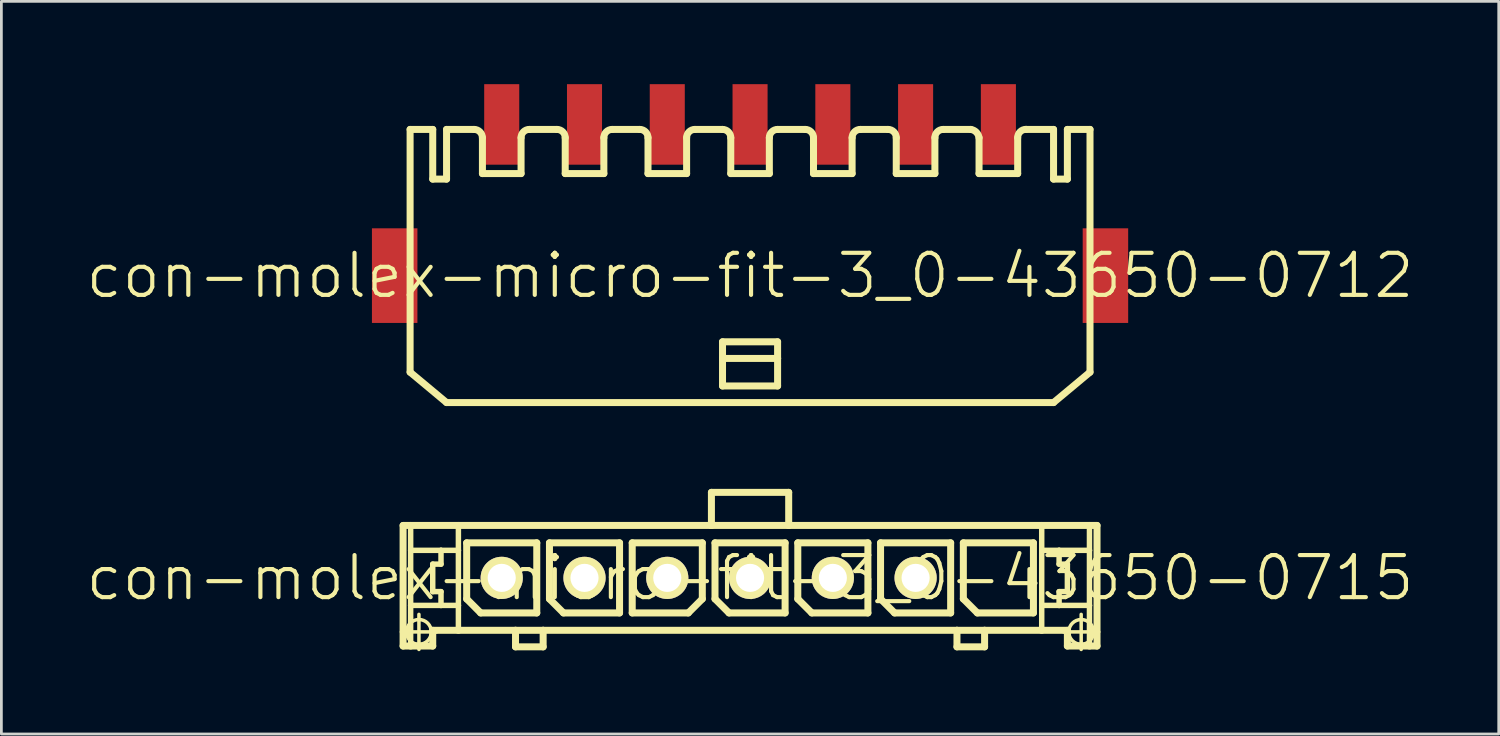
<source format=kicad_pcb>
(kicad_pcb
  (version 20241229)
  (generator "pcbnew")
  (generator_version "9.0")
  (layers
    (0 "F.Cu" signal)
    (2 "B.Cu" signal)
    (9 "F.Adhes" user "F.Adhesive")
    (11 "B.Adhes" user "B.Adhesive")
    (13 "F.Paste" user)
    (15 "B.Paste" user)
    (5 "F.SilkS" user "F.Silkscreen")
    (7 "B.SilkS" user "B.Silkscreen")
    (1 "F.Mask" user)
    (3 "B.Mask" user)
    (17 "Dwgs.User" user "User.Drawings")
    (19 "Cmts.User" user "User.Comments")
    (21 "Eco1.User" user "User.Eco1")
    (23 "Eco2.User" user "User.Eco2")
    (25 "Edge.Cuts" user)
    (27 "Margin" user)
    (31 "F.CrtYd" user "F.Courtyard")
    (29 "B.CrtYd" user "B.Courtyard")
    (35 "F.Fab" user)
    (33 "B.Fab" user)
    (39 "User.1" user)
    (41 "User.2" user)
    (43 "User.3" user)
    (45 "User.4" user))
  (footprint "con-molex-micro-fit-3_0-43650-0712"
    (layer "F.Cu")
    (at 24.13 6.938)
    (property "Reference" "con-molex-micro-fit-3_0-43650-0712" (at 0 0 0) (layer "F.SilkS") (effects (font (size 1.524 1.524) (thickness 0.15))))
    (attr smd)
    (fp_line (start -12.319 -5.298) (end -11.499 -5.298) (stroke (width 0.254) (type solid)) (layer "F.SilkS"))
    (fp_line (start -12.319 3.498) (end -12.319 -5.298) (stroke (width 0.254) (type solid)) (layer "F.SilkS"))
    (fp_line (start -12.319 3.498) (end -10.998 4.6) (stroke (width 0.254) (type solid)) (layer "F.SilkS"))
    (fp_line (start -11.499 -5.298) (end -11.499 -3.498) (stroke (width 0.254) (type solid)) (layer "F.SilkS"))
    (fp_line (start -11.499 -3.498) (end -10.998 -3.498) (stroke (width 0.254) (type solid)) (layer "F.SilkS"))
    (fp_line (start -10.998 -5.298) (end -10 -5.298) (stroke (width 0.254) (type solid)) (layer "F.SilkS"))
    (fp_line (start -10.998 -3.498) (end -10.998 -5.298) (stroke (width 0.254) (type solid)) (layer "F.SilkS"))
    (fp_line (start -9.698 -3.698) (end -9.698 -4.999) (stroke (width 0.254) (type solid)) (layer "F.SilkS"))
    (fp_line (start -9.698 -3.698) (end -8.298 -3.698) (stroke (width 0.254) (type solid)) (layer "F.SilkS"))
    (fp_line (start -8.298 -3.698) (end -8.298 -4.999) (stroke (width 0.254) (type solid)) (layer "F.SilkS"))
    (fp_line (start -7.998 -5.298) (end -6.998 -5.298) (stroke (width 0.254) (type solid)) (layer "F.SilkS"))
    (fp_line (start -6.698 -3.698) (end -6.698 -4.999) (stroke (width 0.254) (type solid)) (layer "F.SilkS"))
    (fp_line (start -6.698 -3.698) (end -5.298 -3.698) (stroke (width 0.254) (type solid)) (layer "F.SilkS"))
    (fp_line (start -5.298 -3.698) (end -5.298 -4.999) (stroke (width 0.254) (type solid)) (layer "F.SilkS"))
    (fp_line (start -4.999 -5.298) (end -3.998 -5.298) (stroke (width 0.254) (type solid)) (layer "F.SilkS"))
    (fp_line (start -3.698 -3.698) (end -3.698 -4.999) (stroke (width 0.254) (type solid)) (layer "F.SilkS"))
    (fp_line (start -3.698 -3.698) (end -2.299 -3.698) (stroke (width 0.254) (type solid)) (layer "F.SilkS"))
    (fp_line (start -2.299 -3.698) (end -2.299 -4.999) (stroke (width 0.254) (type solid)) (layer "F.SilkS"))
    (fp_line (start -1.999 -5.298) (end -0.998 -5.298) (stroke (width 0.254) (type solid)) (layer "F.SilkS"))
    (fp_line (start -0.998 2.398) (end 0.998 2.398) (stroke (width 0.254) (type solid)) (layer "F.SilkS"))
    (fp_line (start -0.998 3) (end -0.998 2.398) (stroke (width 0.254) (type solid)) (layer "F.SilkS"))
    (fp_line (start -0.998 3) (end 0.998 3) (stroke (width 0.254) (type solid)) (layer "F.SilkS"))
    (fp_line (start -0.998 3.998) (end -0.998 3) (stroke (width 0.254) (type solid)) (layer "F.SilkS"))
    (fp_line (start -0.699 -3.698) (end -0.699 -4.999) (stroke (width 0.254) (type solid)) (layer "F.SilkS"))
    (fp_line (start -0.699 -3.698) (end 0.699 -3.698) (stroke (width 0.254) (type solid)) (layer "F.SilkS"))
    (fp_line (start 0.699 -3.698) (end 0.699 -4.999) (stroke (width 0.254) (type solid)) (layer "F.SilkS"))
    (fp_line (start 0.998 -5.298) (end 1.999 -5.298) (stroke (width 0.254) (type solid)) (layer "F.SilkS"))
    (fp_line (start 0.998 2.398) (end 0.998 3) (stroke (width 0.254) (type solid)) (layer "F.SilkS"))
    (fp_line (start 0.998 3) (end 0.998 3.998) (stroke (width 0.254) (type solid)) (layer "F.SilkS"))
    (fp_line (start 0.998 3.998) (end -0.998 3.998) (stroke (width 0.254) (type solid)) (layer "F.SilkS"))
    (fp_line (start 2.299 -3.698) (end 2.299 -4.999) (stroke (width 0.254) (type solid)) (layer "F.SilkS"))
    (fp_line (start 2.299 -3.698) (end 3.698 -3.698) (stroke (width 0.254) (type solid)) (layer "F.SilkS"))
    (fp_line (start 3.698 -3.698) (end 3.698 -4.999) (stroke (width 0.254) (type solid)) (layer "F.SilkS"))
    (fp_line (start 3.998 -5.298) (end 4.999 -5.298) (stroke (width 0.254) (type solid)) (layer "F.SilkS"))
    (fp_line (start 5.298 -3.698) (end 5.298 -4.999) (stroke (width 0.254) (type solid)) (layer "F.SilkS"))
    (fp_line (start 5.298 -3.698) (end 6.698 -3.698) (stroke (width 0.254) (type solid)) (layer "F.SilkS"))
    (fp_line (start 6.698 -3.698) (end 6.698 -4.999) (stroke (width 0.254) (type solid)) (layer "F.SilkS"))
    (fp_line (start 6.998 -5.298) (end 7.998 -5.298) (stroke (width 0.254) (type solid)) (layer "F.SilkS"))
    (fp_line (start 8.298 -4.999) (end 8.298 -3.698) (stroke (width 0.254) (type solid)) (layer "F.SilkS"))
    (fp_line (start 8.298 -3.698) (end 9.698 -3.698) (stroke (width 0.254) (type solid)) (layer "F.SilkS"))
    (fp_line (start 9.698 -3.698) (end 9.698 -4.999) (stroke (width 0.254) (type solid)) (layer "F.SilkS"))
    (fp_line (start 10 -5.298) (end 10.998 -5.298) (stroke (width 0.254) (type solid)) (layer "F.SilkS"))
    (fp_line (start 10.998 -3.498) (end 10.998 -5.298) (stroke (width 0.254) (type solid)) (layer "F.SilkS"))
    (fp_line (start 10.998 4.6) (end -10.998 4.6) (stroke (width 0.254) (type solid)) (layer "F.SilkS"))
    (fp_line (start 11.499 -5.298) (end 11.499 -3.498) (stroke (width 0.254) (type solid)) (layer "F.SilkS"))
    (fp_line (start 11.499 -5.298) (end 12.319 -5.298) (stroke (width 0.254) (type solid)) (layer "F.SilkS"))
    (fp_line (start 11.499 -3.498) (end 10.998 -3.498) (stroke (width 0.254) (type solid)) (layer "F.SilkS"))
    (fp_line (start 12.319 -5.298) (end 12.319 3.498) (stroke (width 0.254) (type solid)) (layer "F.SilkS"))
    (fp_line (start 12.319 3.498) (end 10.998 4.6) (stroke (width 0.254) (type solid)) (layer "F.SilkS"))
    (fp_arc (start -9.99998 -5.29844) (mid -9.788046 -5.210654) (end -9.70026 -4.99872) (stroke (width 0.254) (type solid)) (layer "F.SilkS"))
    (fp_arc (start -8.29818 -4.99872) (mid -8.210394 -5.210654) (end -7.99846 -5.29844) (stroke (width 0.254) (type solid)) (layer "F.SilkS"))
    (fp_arc (start -6.9977 -5.29844) (mid -6.785766 -5.210654) (end -6.69798 -4.99872) (stroke (width 0.254) (type solid)) (layer "F.SilkS"))
    (fp_arc (start -5.29844 -4.99872) (mid -5.210654 -5.210654) (end -4.99872 -5.29844) (stroke (width 0.254) (type solid)) (layer "F.SilkS"))
    (fp_arc (start -3.99796 -5.29844) (mid -3.786026 -5.210654) (end -3.69824 -4.99872) (stroke (width 0.254) (type solid)) (layer "F.SilkS"))
    (fp_arc (start -2.2987 -4.99872) (mid -2.210914 -5.210654) (end -1.99898 -5.29844) (stroke (width 0.254) (type solid)) (layer "F.SilkS"))
    (fp_arc (start -0.99822 -5.29844) (mid -0.786286 -5.210654) (end -0.6985 -4.99872) (stroke (width 0.254) (type solid)) (layer "F.SilkS"))
    (fp_arc (start 0.6985 -4.99872) (mid 0.786286 -5.210654) (end 0.99822 -5.29844) (stroke (width 0.254) (type solid)) (layer "F.SilkS"))
    (fp_arc (start 1.99898 -5.29844) (mid 2.210914 -5.210654) (end 2.2987 -4.99872) (stroke (width 0.254) (type solid)) (layer "F.SilkS"))
    (fp_arc (start 3.69824 -4.99872) (mid 3.786026 -5.210654) (end 3.99796 -5.29844) (stroke (width 0.254) (type solid)) (layer "F.SilkS"))
    (fp_arc (start 4.99872 -5.29844) (mid 5.210654 -5.210654) (end 5.29844 -4.99872) (stroke (width 0.254) (type solid)) (layer "F.SilkS"))
    (fp_arc (start 6.69798 -4.99872) (mid 6.785766 -5.210654) (end 6.9977 -5.29844) (stroke (width 0.254) (type solid)) (layer "F.SilkS"))
    (fp_arc (start 7.99846 -5.29844) (mid 8.198525 -5.197943) (end 8.298349 -4.997541) (stroke (width 0.254) (type solid)) (layer "F.SilkS"))
    (fp_arc (start 9.69772 -4.99872) (mid 9.78625 -5.21245) (end 9.99998 -5.30098) (stroke (width 0.254) (type solid)) (layer "F.SilkS"))
    (pad "P$1" smd rect (at 8.999 -5.479) (size 1.27 2.918) (layers "F.Cu" "F.Mask" "F.Paste"))
    (pad "P$2" smd rect (at 5.999 -5.479) (size 1.27 2.918) (layers "F.Cu" "F.Mask" "F.Paste"))
    (pad "P$3" smd rect (at 3 -5.479) (size 1.27 2.918) (layers "F.Cu" "F.Mask" "F.Paste"))
    (pad "P$4" smd rect (at 0 -5.479) (size 1.27 2.918) (layers "F.Cu" "F.Mask" "F.Paste"))
    (pad "P$5" smd rect (at -3 -5.479) (size 1.27 2.918) (layers "F.Cu" "F.Mask" "F.Paste"))
    (pad "P$6" smd rect (at -5.999 -5.479) (size 1.27 2.918) (layers "F.Cu" "F.Mask" "F.Paste"))
    (pad "P$7" smd rect (at -8.999 -5.479) (size 1.27 2.918) (layers "F.Cu" "F.Mask" "F.Paste"))
    (pad "TAB1" smd rect (at 12.878 0) (size 1.648 3.429) (layers "F.Cu" "F.Mask" "F.Paste"))
    (pad "TAB2" smd rect (at -12.878 0) (size 1.648 3.429) (layers "F.Cu" "F.Mask" "F.Paste")))
  (footprint "con-molex-micro-fit-3_0-43650-0715"
    (layer "F.Cu")
    (at 24.13 17.891)
    (property "Reference" "con-molex-micro-fit-3_0-43650-0715" (at 0 0 0) (layer "F.SilkS") (effects (font (size 1.524 1.524) (thickness 0.15))))
    (attr exclude_from_pos_files exclude_from_bom)
    (fp_line (start -12.634 1.958) (end -11.364 1.958) (stroke (width 0.127) (type solid)) (layer "F.SilkS"))
    (fp_line (start -12.573 -1.9) (end -12.299 -1.9) (stroke (width 0.254) (type solid)) (layer "F.SilkS"))
    (fp_line (start -12.573 2.469) (end -12.573 -1.9) (stroke (width 0.254) (type solid)) (layer "F.SilkS"))
    (fp_line (start -12.299 -1.9) (end -10.569 -1.9) (stroke (width 0.254) (type solid)) (layer "F.SilkS"))
    (fp_line (start -12.299 -0.998) (end -12.299 -1.9) (stroke (width 0.198) (type solid)) (layer "F.SilkS"))
    (fp_line (start -12.299 0.998) (end -12.299 -0.998) (stroke (width 0.198) (type solid)) (layer "F.SilkS"))
    (fp_line (start -12.299 2.469) (end -12.573 2.469) (stroke (width 0.254) (type solid)) (layer "F.SilkS"))
    (fp_line (start -12.299 2.469) (end -12.299 0.998) (stroke (width 0.198) (type solid)) (layer "F.SilkS"))
    (fp_line (start -11.999 2.593) (end -11.999 1.323) (stroke (width 0.127) (type solid)) (layer "F.SilkS"))
    (fp_line (start -11.499 -0.498) (end -11.499 0.498) (stroke (width 0.198) (type solid)) (layer "F.SilkS"))
    (fp_line (start -11.499 0.498) (end -11.199 0.498) (stroke (width 0.198) (type solid)) (layer "F.SilkS"))
    (fp_line (start -11.499 1.9) (end -11.499 2.469) (stroke (width 0.254) (type solid)) (layer "F.SilkS"))
    (fp_line (start -11.499 2.469) (end -12.299 2.469) (stroke (width 0.254) (type solid)) (layer "F.SilkS"))
    (fp_line (start -11.199 -0.998) (end -12.299 -0.998) (stroke (width 0.198) (type solid)) (layer "F.SilkS"))
    (fp_line (start -11.199 -0.998) (end -11.199 -0.498) (stroke (width 0.198) (type solid)) (layer "F.SilkS"))
    (fp_line (start -11.199 -0.498) (end -11.499 -0.498) (stroke (width 0.198) (type solid)) (layer "F.SilkS"))
    (fp_line (start -11.199 0.498) (end -11.199 0.998) (stroke (width 0.198) (type solid)) (layer "F.SilkS"))
    (fp_line (start -11.199 0.998) (end -12.299 0.998) (stroke (width 0.198) (type solid)) (layer "F.SilkS"))
    (fp_line (start -10.569 -1.9) (end -1.4 -1.9) (stroke (width 0.254) (type solid)) (layer "F.SilkS"))
    (fp_line (start -10.569 -0.998) (end -11.199 -0.998) (stroke (width 0.198) (type solid)) (layer "F.SilkS"))
    (fp_line (start -10.569 -0.998) (end -10.569 -1.9) (stroke (width 0.198) (type solid)) (layer "F.SilkS"))
    (fp_line (start -10.569 0.998) (end -11.199 0.998) (stroke (width 0.198) (type solid)) (layer "F.SilkS"))
    (fp_line (start -10.569 0.998) (end -10.569 -0.998) (stroke (width 0.198) (type solid)) (layer "F.SilkS"))
    (fp_line (start -10.569 1.9) (end -11.499 1.9) (stroke (width 0.254) (type solid)) (layer "F.SilkS"))
    (fp_line (start -10.569 1.9) (end -10.569 0.998) (stroke (width 0.198) (type solid)) (layer "F.SilkS"))
    (fp_line (start -10.269 -1.27) (end -7.729 -1.27) (stroke (width 0.254) (type solid)) (layer "F.SilkS"))
    (fp_line (start -10.269 0.762) (end -10.269 -1.27) (stroke (width 0.254) (type solid)) (layer "F.SilkS"))
    (fp_line (start -9.761 1.27) (end -10.269 0.762) (stroke (width 0.254) (type solid)) (layer "F.SilkS"))
    (fp_line (start -8.499 1.9) (end -10.569 1.9) (stroke (width 0.254) (type solid)) (layer "F.SilkS"))
    (fp_line (start -8.499 1.9) (end -8.499 2.499) (stroke (width 0.254) (type solid)) (layer "F.SilkS"))
    (fp_line (start -8.499 2.499) (end -7.498 2.499) (stroke (width 0.254) (type solid)) (layer "F.SilkS"))
    (fp_line (start -7.729 -1.27) (end -7.729 1.27) (stroke (width 0.254) (type solid)) (layer "F.SilkS"))
    (fp_line (start -7.729 1.27) (end -9.761 1.27) (stroke (width 0.254) (type solid)) (layer "F.SilkS"))
    (fp_line (start -7.498 1.9) (end -8.499 1.9) (stroke (width 0.254) (type solid)) (layer "F.SilkS"))
    (fp_line (start -7.498 2.499) (end -7.498 1.9) (stroke (width 0.254) (type solid)) (layer "F.SilkS"))
    (fp_line (start -7.269 -1.27) (end -4.729 -1.27) (stroke (width 0.254) (type solid)) (layer "F.SilkS"))
    (fp_line (start -7.269 0.762) (end -7.269 -1.27) (stroke (width 0.254) (type solid)) (layer "F.SilkS"))
    (fp_line (start -6.761 1.27) (end -7.269 0.762) (stroke (width 0.254) (type solid)) (layer "F.SilkS"))
    (fp_line (start -4.729 -1.27) (end -4.729 1.27) (stroke (width 0.254) (type solid)) (layer "F.SilkS"))
    (fp_line (start -4.729 1.27) (end -6.761 1.27) (stroke (width 0.254) (type solid)) (layer "F.SilkS"))
    (fp_line (start -4.27 -1.27) (end -1.73 -1.27) (stroke (width 0.254) (type solid)) (layer "F.SilkS"))
    (fp_line (start -4.27 1.27) (end -4.27 -1.27) (stroke (width 0.254) (type solid)) (layer "F.SilkS"))
    (fp_line (start -2.238 1.27) (end -4.27 1.27) (stroke (width 0.254) (type solid)) (layer "F.SilkS"))
    (fp_line (start -1.73 -1.27) (end -1.73 0.762) (stroke (width 0.254) (type solid)) (layer "F.SilkS"))
    (fp_line (start -1.73 0.762) (end -2.238 1.27) (stroke (width 0.254) (type solid)) (layer "F.SilkS"))
    (fp_line (start -1.4 -3.099) (end -1.4 -1.9) (stroke (width 0.254) (type solid)) (layer "F.SilkS"))
    (fp_line (start -1.4 -3.099) (end 1.4 -3.099) (stroke (width 0.254) (type solid)) (layer "F.SilkS"))
    (fp_line (start -1.4 -1.9) (end 1.4 -1.9) (stroke (width 0.254) (type solid)) (layer "F.SilkS"))
    (fp_line (start -1.27 -1.27) (end 1.27 -1.27) (stroke (width 0.254) (type solid)) (layer "F.SilkS"))
    (fp_line (start -1.27 0.762) (end -1.27 -1.27) (stroke (width 0.254) (type solid)) (layer "F.SilkS"))
    (fp_line (start -0.762 1.27) (end -1.27 0.762) (stroke (width 0.254) (type solid)) (layer "F.SilkS"))
    (fp_line (start 1.27 -1.27) (end 1.27 1.27) (stroke (width 0.254) (type solid)) (layer "F.SilkS"))
    (fp_line (start 1.27 1.27) (end -0.762 1.27) (stroke (width 0.254) (type solid)) (layer "F.SilkS"))
    (fp_line (start 1.4 -3.099) (end 1.4 -1.9) (stroke (width 0.254) (type solid)) (layer "F.SilkS"))
    (fp_line (start 1.4 -1.9) (end 10.569 -1.9) (stroke (width 0.254) (type solid)) (layer "F.SilkS"))
    (fp_line (start 1.73 -1.27) (end 4.27 -1.27) (stroke (width 0.254) (type solid)) (layer "F.SilkS"))
    (fp_line (start 1.73 0.762) (end 1.73 -1.27) (stroke (width 0.254) (type solid)) (layer "F.SilkS"))
    (fp_line (start 2.238 1.27) (end 1.73 0.762) (stroke (width 0.254) (type solid)) (layer "F.SilkS"))
    (fp_line (start 4.27 -1.27) (end 4.27 1.27) (stroke (width 0.254) (type solid)) (layer "F.SilkS"))
    (fp_line (start 4.27 1.27) (end 2.238 1.27) (stroke (width 0.254) (type solid)) (layer "F.SilkS"))
    (fp_line (start 4.729 -1.27) (end 7.269 -1.27) (stroke (width 0.254) (type solid)) (layer "F.SilkS"))
    (fp_line (start 4.729 0.762) (end 4.729 -1.27) (stroke (width 0.254) (type solid)) (layer "F.SilkS"))
    (fp_line (start 5.237 1.27) (end 4.729 0.762) (stroke (width 0.254) (type solid)) (layer "F.SilkS"))
    (fp_line (start 7.269 -1.27) (end 7.269 1.27) (stroke (width 0.254) (type solid)) (layer "F.SilkS"))
    (fp_line (start 7.269 1.27) (end 5.237 1.27) (stroke (width 0.254) (type solid)) (layer "F.SilkS"))
    (fp_line (start 7.498 1.9) (end -7.498 1.9) (stroke (width 0.254) (type solid)) (layer "F.SilkS"))
    (fp_line (start 7.498 1.9) (end 7.498 2.499) (stroke (width 0.254) (type solid)) (layer "F.SilkS"))
    (fp_line (start 7.498 2.499) (end 8.499 2.499) (stroke (width 0.254) (type solid)) (layer "F.SilkS"))
    (fp_line (start 7.729 -1.27) (end 10.269 -1.27) (stroke (width 0.254) (type solid)) (layer "F.SilkS"))
    (fp_line (start 7.729 0.762) (end 7.729 -1.27) (stroke (width 0.254) (type solid)) (layer "F.SilkS"))
    (fp_line (start 8.237 1.27) (end 7.729 0.762) (stroke (width 0.254) (type solid)) (layer "F.SilkS"))
    (fp_line (start 8.499 1.9) (end 7.498 1.9) (stroke (width 0.254) (type solid)) (layer "F.SilkS"))
    (fp_line (start 8.499 2.499) (end 8.499 1.9) (stroke (width 0.254) (type solid)) (layer "F.SilkS"))
    (fp_line (start 10.269 -1.27) (end 10.269 1.27) (stroke (width 0.254) (type solid)) (layer "F.SilkS"))
    (fp_line (start 10.269 1.27) (end 8.237 1.27) (stroke (width 0.254) (type solid)) (layer "F.SilkS"))
    (fp_line (start 10.569 -1.9) (end 10.569 -0.998) (stroke (width 0.198) (type solid)) (layer "F.SilkS"))
    (fp_line (start 10.569 -1.9) (end 12.299 -1.9) (stroke (width 0.254) (type solid)) (layer "F.SilkS"))
    (fp_line (start 10.569 -0.998) (end 10.569 0.998) (stroke (width 0.198) (type solid)) (layer "F.SilkS"))
    (fp_line (start 10.569 -0.998) (end 11.199 -0.998) (stroke (width 0.198) (type solid)) (layer "F.SilkS"))
    (fp_line (start 10.569 0.998) (end 10.569 1.9) (stroke (width 0.198) (type solid)) (layer "F.SilkS"))
    (fp_line (start 10.569 0.998) (end 11.199 0.998) (stroke (width 0.198) (type solid)) (layer "F.SilkS"))
    (fp_line (start 10.569 1.9) (end 8.499 1.9) (stroke (width 0.254) (type solid)) (layer "F.SilkS"))
    (fp_line (start 11.199 -0.998) (end 11.199 -0.498) (stroke (width 0.198) (type solid)) (layer "F.SilkS"))
    (fp_line (start 11.199 -0.998) (end 12.299 -0.998) (stroke (width 0.198) (type solid)) (layer "F.SilkS"))
    (fp_line (start 11.199 -0.498) (end 11.499 -0.498) (stroke (width 0.198) (type solid)) (layer "F.SilkS"))
    (fp_line (start 11.199 0.498) (end 11.199 0.998) (stroke (width 0.198) (type solid)) (layer "F.SilkS"))
    (fp_line (start 11.199 0.998) (end 12.299 0.998) (stroke (width 0.198) (type solid)) (layer "F.SilkS"))
    (fp_line (start 11.364 1.958) (end 12.634 1.958) (stroke (width 0.127) (type solid)) (layer "F.SilkS"))
    (fp_line (start 11.499 -0.498) (end 11.499 0.498) (stroke (width 0.198) (type solid)) (layer "F.SilkS"))
    (fp_line (start 11.499 0.498) (end 11.199 0.498) (stroke (width 0.198) (type solid)) (layer "F.SilkS"))
    (fp_line (start 11.499 1.9) (end 10.569 1.9) (stroke (width 0.254) (type solid)) (layer "F.SilkS"))
    (fp_line (start 11.499 2.469) (end 11.499 1.9) (stroke (width 0.254) (type solid)) (layer "F.SilkS"))
    (fp_line (start 11.499 2.469) (end 12.299 2.469) (stroke (width 0.254) (type solid)) (layer "F.SilkS"))
    (fp_line (start 11.999 2.593) (end 11.999 1.323) (stroke (width 0.127) (type solid)) (layer "F.SilkS"))
    (fp_line (start 12.299 -1.9) (end 12.573 -1.9) (stroke (width 0.254) (type solid)) (layer "F.SilkS"))
    (fp_line (start 12.299 -0.998) (end 12.299 -1.9) (stroke (width 0.198) (type solid)) (layer "F.SilkS"))
    (fp_line (start 12.299 0.998) (end 12.299 -0.998) (stroke (width 0.198) (type solid)) (layer "F.SilkS"))
    (fp_line (start 12.299 2.469) (end 12.299 0.998) (stroke (width 0.198) (type solid)) (layer "F.SilkS"))
    (fp_line (start 12.299 2.469) (end 12.573 2.469) (stroke (width 0.254) (type solid)) (layer "F.SilkS"))
    (fp_line (start 12.573 -1.9) (end 12.573 2.469) (stroke (width 0.254) (type solid)) (layer "F.SilkS"))
    (fp_circle (center -11.999 1.958) (end -12.316 2.276) (stroke (width 0.127) (type solid)) (fill no) (layer "F.SilkS"))
    (fp_circle (center 11.999 1.958) (end 12.316 2.276) (stroke (width 0.127) (type solid)) (fill no) (layer "F.SilkS"))
    (pad "P$1" thru_hole rect (at 8.999 0) (size 0.001 0.001) (drill 1.019) (layers "*.Cu" "F.Mask" "F.SilkS" "F.Paste"))
    (pad "P$2" thru_hole circle (at 5.999 0) (size 1.529 1.529) (drill 1.019) (layers "*.Cu" "F.Mask" "F.SilkS" "F.Paste"))
    (pad "P$3" thru_hole circle (at 3 0) (size 1.529 1.529) (drill 1.019) (layers "*.Cu" "F.Mask" "F.SilkS" "F.Paste"))
    (pad "P$4" thru_hole circle (at 0 0) (size 1.529 1.529) (drill 1.019) (layers "*.Cu" "F.Mask" "F.SilkS" "F.Paste"))
    (pad "P$5" thru_hole circle (at -3 0) (size 1.529 1.529) (drill 1.019) (layers "*.Cu" "F.Mask" "F.SilkS" "F.Paste"))
    (pad "P$6" thru_hole circle (at -5.999 0) (size 1.529 1.529) (drill 1.019) (layers "*.Cu" "F.Mask" "F.SilkS" "F.Paste"))
    (pad "P$7" thru_hole circle (at -8.999 0) (size 1.529 1.529) (drill 1.019) (layers "*.Cu" "F.Mask" "F.SilkS" "F.Paste")))
  (gr_rect
    (start -3 -3)
    (end 51.26 23.548)
    (stroke (width 0.1) (type default))
    (fill no)
    (layer "Edge.Cuts")))
</source>
